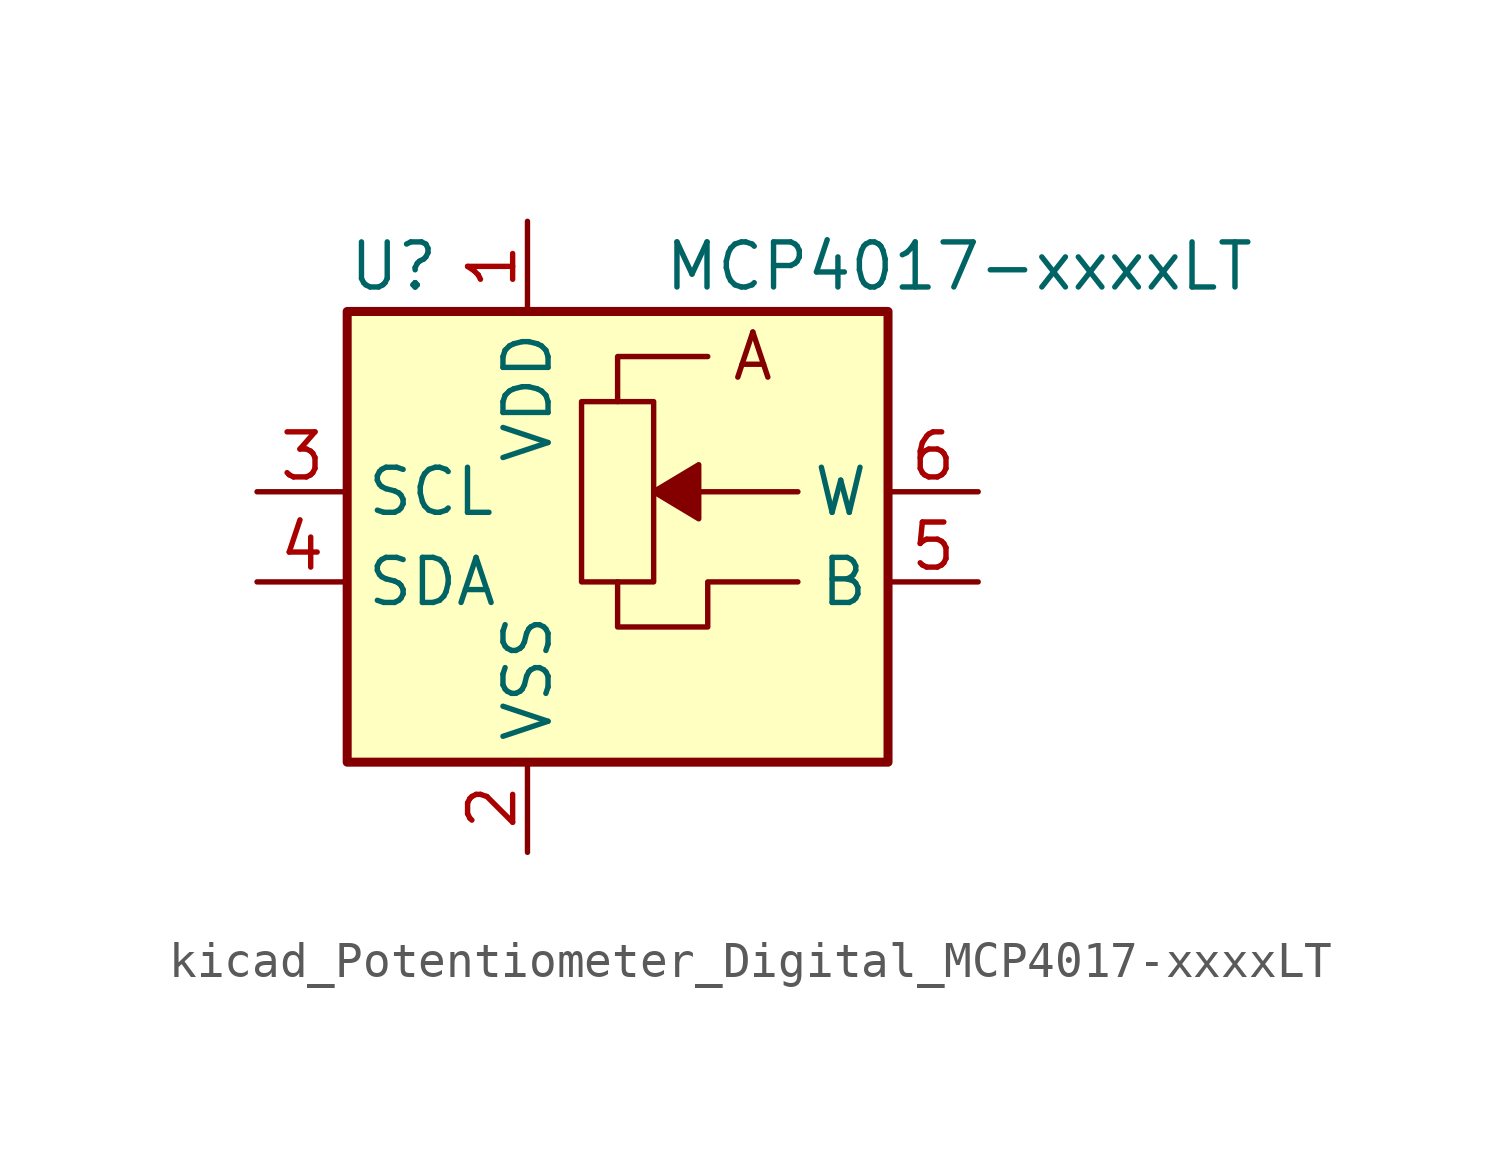
<source format=kicad_sym>
(kicad_symbol_lib
  (version 20220914)
  (generator kicad_symbol_editor)
  (symbol "kicad_Potentiometer_Digital_MCP4017-xxxxLT"
    (property "Reference" "U"
      (at -7.62 8.89 0)
      (effects (font (size 1.27 1.27)) (justify left)))
    (property "Value" "MCP4017-xxxxLT"
      (at 1.27 8.89 0)
      (effects (font (size 1.27 1.27)) (justify left)))
    (symbol "kicad_Potentiometer_Digital_MCP4017-xxxxLT_0_0"
      (polyline (pts (xy 0 5.08) (xy 0 6.35) (xy 2.54 6.35)) (stroke (width 0) (type default)) (fill (type none)))
      (polyline (pts (xy 5.08 0) (xy 2.54 0) (xy 2.54 -1.27) (xy 0 -1.27) (xy 0 0)) (stroke (width 0) (type default)) (fill (type none)))
      (text "A" (at 3.81 6.35 0) (effects (font (size 1.27 1.27)))))
    (symbol "kicad_Potentiometer_Digital_MCP4017-xxxxLT_1_1"
      (rectangle (start -7.62 7.62) (end 7.62 -5.08) (stroke (width 0.254) (type default)) (fill (type background)))
      (polyline (pts (xy 5.08 2.54) (xy 2.286 2.54)) (stroke (width 0) (type default)) (fill (type none)))
      (polyline (pts (xy 2.286 1.778) (xy 2.286 3.302) (xy 1.016 2.54) (xy 2.286 1.778)) (stroke (width 0) (type default)) (fill (type outline)))
      (rectangle (start 1.016 0) (end -1.016 5.08) (stroke (width 0) (type default)) (fill (type none)))
      (pin power_in line (at -2.54 10.16 270) (length 2.54) (name "VDD" (effects (font (size 1.27 1.27)))) (number "1" (effects (font (size 1.27 1.27)))))
      (pin power_in line (at -2.54 -7.62 90) (length 2.54) (name "VSS" (effects (font (size 1.27 1.27)))) (number "2" (effects (font (size 1.27 1.27)))))
      (pin input line (at -10.16 2.54 0) (length 2.54) (name "SCL" (effects (font (size 1.27 1.27)))) (number "3" (effects (font (size 1.27 1.27)))))
      (pin bidirectional line (at -10.16 0 0) (length 2.54) (name "SDA" (effects (font (size 1.27 1.27)))) (number "4" (effects (font (size 1.27 1.27)))))
      (pin passive line (at 10.16 0 180) (length 2.54) (name "B" (effects (font (size 1.27 1.27)))) (number "5" (effects (font (size 1.27 1.27)))))
      (pin passive line (at 10.16 2.54 180) (length 2.54) (name "W" (effects (font (size 1.27 1.27)))) (number "6" (effects (font (size 1.27 1.27))))))))
</source>
